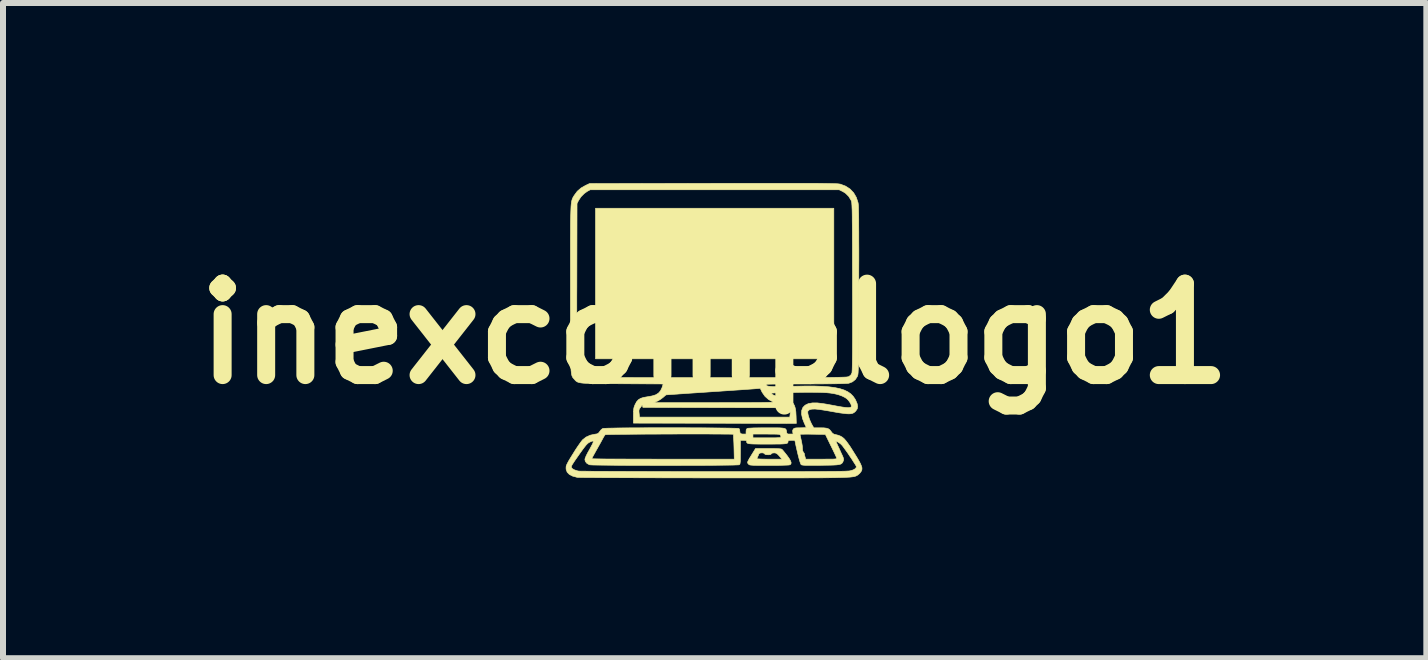
<source format=kicad_pcb>
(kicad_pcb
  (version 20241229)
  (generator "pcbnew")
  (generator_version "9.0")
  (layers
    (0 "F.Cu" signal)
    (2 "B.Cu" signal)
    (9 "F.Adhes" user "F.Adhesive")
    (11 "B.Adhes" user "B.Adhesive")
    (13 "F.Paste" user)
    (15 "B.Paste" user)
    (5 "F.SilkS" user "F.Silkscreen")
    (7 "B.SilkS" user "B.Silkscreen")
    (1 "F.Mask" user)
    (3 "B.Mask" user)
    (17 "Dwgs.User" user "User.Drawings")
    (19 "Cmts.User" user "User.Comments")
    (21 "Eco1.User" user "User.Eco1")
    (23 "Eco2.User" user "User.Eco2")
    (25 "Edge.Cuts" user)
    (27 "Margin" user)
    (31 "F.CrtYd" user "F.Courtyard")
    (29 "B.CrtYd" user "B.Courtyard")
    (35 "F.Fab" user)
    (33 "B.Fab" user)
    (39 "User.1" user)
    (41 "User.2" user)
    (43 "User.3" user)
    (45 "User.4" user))
  (footprint "inexcomplogo1"
    (layer "F.Cu")
    (at 8.861 2.512)
    (property "Reference" "inexcomplogo1" (at 0 0 0) (layer "F.SilkS") (effects (font (size 1.524 1.524) (thickness 0.3))))
    (attr through_hole)
    (fp_poly (pts (xy 1.986 0.418) (xy -1.986 0.418) (xy -1.986 -2.091) (xy 1.986 -2.091) (xy 1.986 0.418)) (stroke (width 0.01) (type solid)) (fill yes) (layer "F.SilkS"))
    (fp_poly (pts (xy 0.972 1.913) (xy 1.033 1.915) (xy 1.077 1.917) (xy 1.105 1.92) (xy 1.119 1.925) (xy 1.12 1.926) (xy 1.133 1.939) (xy 1.155 1.965) (xy 1.183 2) (xy 1.206 2.029) (xy 1.243 2.081) (xy 1.266 2.121) (xy 1.275 2.151) (xy 1.27 2.172) (xy 1.255 2.184) (xy 1.238 2.188) (xy 1.202 2.19) (xy 1.147 2.192) (xy 1.075 2.194) (xy 0.987 2.195) (xy 0.91 2.195) (xy 0.819 2.195) (xy 0.747 2.195) (xy 0.691 2.194) (xy 0.648 2.193) (xy 0.618 2.191) (xy 0.597 2.189) (xy 0.582 2.186) (xy 0.573 2.181) (xy 0.566 2.176) (xy 0.564 2.173) (xy 0.554 2.162) (xy 0.549 2.152) (xy 0.549 2.138) (xy 0.558 2.118) (xy 0.574 2.088) (xy 0.577 2.083) (xy 0.702 2.083) (xy 0.711 2.085) (xy 0.738 2.087) (xy 0.779 2.089) (xy 0.832 2.09) (xy 0.894 2.091) (xy 0.91 2.091) (xy 1.122 2.091) (xy 1.102 2.067) (xy 1.07 2.03) (xy 1.046 2.006) (xy 1.027 1.993) (xy 1.008 1.987) (xy 0.99 1.986) (xy 0.958 1.99) (xy 0.945 2.002) (xy 0.931 2.013) (xy 0.901 2.017) (xy 0.888 2.017) (xy 0.853 2.015) (xy 0.835 2.006) (xy 0.832 2.002) (xy 0.818 1.99) (xy 0.793 1.985) (xy 0.765 1.987) (xy 0.743 1.995) (xy 0.736 2.004) (xy 0.726 2.031) (xy 0.71 2.066) (xy 0.702 2.083) (xy 0.577 2.083) (xy 0.599 2.046) (xy 0.618 2.015) (xy 0.681 1.913) (xy 0.893 1.913) (xy 0.972 1.913)) (stroke (width 0.01) (type solid)) (fill yes) (layer "F.SilkS"))
    (fp_poly (pts (xy 1.168 -2.507) (xy 1.307 -2.507) (xy 1.431 -2.507) (xy 1.541 -2.506) (xy 1.639 -2.506) (xy 1.724 -2.506) (xy 1.797 -2.505) (xy 1.86 -2.504) (xy 1.914 -2.503) (xy 1.958 -2.502) (xy 1.995 -2.501) (xy 2.025 -2.5) (xy 2.049 -2.499) (xy 2.067 -2.497) (xy 2.081 -2.495) (xy 2.091 -2.494) (xy 2.095 -2.493) (xy 2.182 -2.46) (xy 2.256 -2.412) (xy 2.316 -2.349) (xy 2.361 -2.272) (xy 2.39 -2.183) (xy 2.393 -2.163) (xy 2.395 -2.144) (xy 2.397 -2.11) (xy 2.398 -2.06) (xy 2.4 -1.993) (xy 2.401 -1.91) (xy 2.401 -1.809) (xy 2.402 -1.691) (xy 2.402 -1.554) (xy 2.403 -1.399) (xy 2.403 -1.224) (xy 2.402 -1.03) (xy 2.402 -0.816) (xy 2.402 -0.716) (xy 2.401 -0.518) (xy 2.401 -0.34) (xy 2.401 -0.18) (xy 2.4 -0.038) (xy 2.4 0.087) (xy 2.399 0.197) (xy 2.399 0.293) (xy 2.398 0.375) (xy 2.397 0.445) (xy 2.396 0.503) (xy 2.395 0.552) (xy 2.394 0.592) (xy 2.392 0.623) (xy 2.391 0.648) (xy 2.389 0.667) (xy 2.387 0.682) (xy 2.385 0.693) (xy 2.382 0.701) (xy 2.38 0.708) (xy 2.345 0.763) (xy 2.296 0.802) (xy 2.237 0.825) (xy 2.213 0.828) (xy 2.168 0.83) (xy 2.102 0.832) (xy 2.015 0.834) (xy 1.908 0.835) (xy 1.78 0.836) (xy 1.631 0.836) (xy 1.52 0.836) (xy 1.405 0.836) (xy 1.296 0.837) (xy 1.194 0.837) (xy 1.103 0.838) (xy 1.024 0.839) (xy 0.958 0.84) (xy 0.907 0.841) (xy 0.873 0.842) (xy 0.858 0.844) (xy 0.857 0.844) (xy 0.859 0.854) (xy 0.865 0.863) (xy 0.878 0.87) (xy 0.898 0.875) (xy 0.927 0.878) (xy 0.968 0.881) (xy 1.022 0.881) (xy 1.091 0.881) (xy 1.176 0.879) (xy 1.279 0.877) (xy 1.343 0.875) (xy 1.511 0.872) (xy 1.66 0.872) (xy 1.791 0.877) (xy 1.905 0.885) (xy 2.003 0.898) (xy 2.088 0.916) (xy 2.159 0.939) (xy 2.219 0.968) (xy 2.268 1.002) (xy 2.308 1.043) (xy 2.34 1.089) (xy 2.351 1.11) (xy 2.375 1.167) (xy 2.383 1.213) (xy 2.376 1.252) (xy 2.353 1.286) (xy 2.349 1.291) (xy 2.332 1.307) (xy 2.315 1.319) (xy 2.295 1.328) (xy 2.271 1.333) (xy 2.241 1.335) (xy 2.202 1.334) (xy 2.152 1.328) (xy 2.089 1.32) (xy 2.012 1.307) (xy 1.917 1.29) (xy 1.834 1.276) (xy 1.744 1.262) (xy 1.672 1.255) (xy 1.618 1.257) (xy 1.58 1.267) (xy 1.558 1.285) (xy 1.552 1.296) (xy 1.552 1.321) (xy 1.559 1.358) (xy 1.573 1.404) (xy 1.591 1.452) (xy 1.612 1.498) (xy 1.62 1.513) (xy 1.652 1.568) (xy 1.759 1.568) (xy 1.819 1.569) (xy 1.862 1.574) (xy 1.894 1.584) (xy 1.917 1.6) (xy 1.938 1.625) (xy 1.943 1.633) (xy 1.964 1.659) (xy 1.988 1.674) (xy 2.019 1.682) (xy 2.059 1.692) (xy 2.093 1.705) (xy 2.124 1.722) (xy 2.154 1.746) (xy 2.184 1.779) (xy 2.218 1.824) (xy 2.258 1.881) (xy 2.305 1.955) (xy 2.321 1.981) (xy 2.368 2.056) (xy 2.403 2.116) (xy 2.429 2.164) (xy 2.445 2.202) (xy 2.454 2.231) (xy 2.455 2.256) (xy 2.45 2.278) (xy 2.439 2.299) (xy 2.416 2.328) (xy 2.387 2.353) (xy 2.387 2.353) (xy 2.378 2.359) (xy 2.369 2.364) (xy 2.36 2.369) (xy 2.35 2.373) (xy 2.338 2.377) (xy 2.323 2.381) (xy 2.304 2.384) (xy 2.281 2.387) (xy 2.253 2.39) (xy 2.218 2.392) (xy 2.176 2.394) (xy 2.126 2.396) (xy 2.068 2.397) (xy 2 2.399) (xy 1.922 2.4) (xy 1.832 2.401) (xy 1.731 2.402) (xy 1.616 2.402) (xy 1.488 2.403) (xy 1.345 2.403) (xy 1.187 2.403) (xy 1.013 2.403) (xy 0.821 2.403) (xy 0.612 2.403) (xy 0.384 2.403) (xy 0.136 2.403) (xy -0.021 2.403) (xy -0.236 2.403) (xy -0.446 2.402) (xy -0.649 2.402) (xy -0.846 2.402) (xy -1.034 2.401) (xy -1.213 2.401) (xy -1.382 2.4) (xy -1.539 2.4) (xy -1.685 2.399) (xy -1.817 2.399) (xy -1.935 2.398) (xy -2.039 2.397) (xy -2.126 2.397) (xy -2.196 2.396) (xy -2.248 2.395) (xy -2.281 2.394) (xy -2.294 2.393) (xy -2.368 2.373) (xy -2.422 2.345) (xy -2.458 2.308) (xy -2.475 2.263) (xy -2.477 2.239) (xy -2.476 2.223) (xy -2.389 2.223) (xy -2.387 2.231) (xy -2.387 2.231) (xy -2.37 2.251) (xy -2.337 2.269) (xy -2.293 2.284) (xy -2.269 2.289) (xy -2.254 2.29) (xy -2.219 2.291) (xy -2.166 2.291) (xy -2.094 2.292) (xy -2.005 2.293) (xy -1.9 2.293) (xy -1.781 2.294) (xy -1.647 2.295) (xy -1.501 2.295) (xy -1.342 2.296) (xy -1.173 2.296) (xy -0.993 2.297) (xy -0.805 2.297) (xy -0.608 2.298) (xy -0.405 2.298) (xy -0.195 2.298) (xy -0.016 2.298) (xy 0.246 2.298) (xy 0.488 2.298) (xy 0.71 2.298) (xy 0.914 2.298) (xy 1.1 2.298) (xy 1.269 2.298) (xy 1.421 2.298) (xy 1.558 2.297) (xy 1.68 2.297) (xy 1.788 2.296) (xy 1.882 2.295) (xy 1.964 2.295) (xy 2.034 2.294) (xy 2.093 2.293) (xy 2.142 2.292) (xy 2.181 2.291) (xy 2.212 2.289) (xy 2.234 2.288) (xy 2.249 2.286) (xy 2.255 2.286) (xy 2.308 2.27) (xy 2.343 2.25) (xy 2.361 2.226) (xy 2.362 2.216) (xy 2.357 2.203) (xy 2.341 2.176) (xy 2.317 2.139) (xy 2.288 2.093) (xy 2.254 2.043) (xy 2.22 1.992) (xy 2.185 1.943) (xy 2.153 1.899) (xy 2.126 1.863) (xy 2.099 1.836) (xy 2.066 1.812) (xy 2.059 1.808) (xy 2.017 1.787) (xy 2.042 1.842) (xy 2.058 1.877) (xy 2.079 1.922) (xy 2.101 1.972) (xy 2.111 1.994) (xy 2.132 2.038) (xy 2.144 2.069) (xy 2.149 2.09) (xy 2.148 2.106) (xy 2.143 2.121) (xy 2.135 2.14) (xy 2.126 2.154) (xy 2.113 2.166) (xy 2.095 2.175) (xy 2.069 2.181) (xy 2.033 2.186) (xy 1.984 2.189) (xy 1.921 2.191) (xy 1.841 2.192) (xy 1.765 2.193) (xy 1.675 2.194) (xy 1.603 2.194) (xy 1.548 2.194) (xy 1.506 2.193) (xy 1.477 2.191) (xy 1.458 2.188) (xy 1.446 2.185) (xy 1.44 2.181) (xy 1.432 2.164) (xy 1.42 2.13) (xy 1.406 2.081) (xy 1.39 2.019) (xy 1.373 1.947) (xy 1.355 1.868) (xy 1.348 1.832) (xy 1.336 1.777) (xy 1.28 1.777) (xy 1.246 1.778) (xy 1.229 1.782) (xy 1.223 1.791) (xy 1.223 1.796) (xy 1.222 1.808) (xy 1.218 1.817) (xy 1.21 1.825) (xy 1.194 1.83) (xy 1.169 1.834) (xy 1.132 1.837) (xy 1.083 1.839) (xy 1.017 1.839) (xy 0.934 1.84) (xy 0.878 1.84) (xy 0.784 1.84) (xy 0.709 1.839) (xy 0.65 1.838) (xy 0.607 1.836) (xy 0.575 1.833) (xy 0.554 1.828) (xy 0.542 1.822) (xy 0.535 1.814) (xy 0.533 1.803) (xy 0.533 1.796) (xy 0.53 1.784) (xy 0.516 1.779) (xy 0.487 1.777) (xy 0.481 1.777) (xy 0.429 1.777) (xy 0.429 1.975) (xy 0.428 2.044) (xy 0.428 2.096) (xy 0.427 2.132) (xy 0.424 2.156) (xy 0.421 2.171) (xy 0.416 2.179) (xy 0.408 2.184) (xy 0.408 2.184) (xy 0.395 2.186) (xy 0.362 2.187) (xy 0.312 2.189) (xy 0.245 2.19) (xy 0.164 2.191) (xy 0.07 2.192) (xy -0.036 2.193) (xy -0.151 2.194) (xy -0.275 2.195) (xy -0.405 2.195) (xy -0.54 2.195) (xy -0.678 2.196) (xy -0.819 2.196) (xy -0.959 2.196) (xy -1.098 2.195) (xy -1.235 2.195) (xy -1.366 2.195) (xy -1.492 2.194) (xy -1.61 2.193) (xy -1.718 2.192) (xy -1.816 2.191) (xy -1.901 2.19) (xy -1.972 2.189) (xy -2.028 2.188) (xy -2.066 2.186) (xy -2.086 2.184) (xy -2.087 2.184) (xy -2.129 2.161) (xy -2.155 2.129) (xy -2.163 2.097) (xy -2.16 2.083) (xy -2.049 2.083) (xy -2.038 2.084) (xy -2.009 2.085) (xy -1.961 2.086) (xy -1.895 2.087) (xy -1.815 2.088) (xy -1.72 2.088) (xy -1.612 2.089) (xy -1.492 2.089) (xy -1.362 2.09) (xy -1.222 2.09) (xy -1.075 2.09) (xy -0.922 2.091) (xy -0.861 2.091) (xy 0.327 2.091) (xy 0.322 1.886) (xy 0.32 1.823) (xy 0.317 1.767) (xy 0.315 1.722) (xy 0.313 1.691) (xy 0.311 1.677) (xy 0.311 1.676) (xy 0.299 1.675) (xy 0.269 1.674) (xy 0.22 1.673) (xy 0.156 1.673) (xy 0.078 1.672) (xy -0.012 1.672) (xy -0.113 1.671) (xy -0.223 1.671) (xy -0.341 1.671) (xy -0.464 1.671) (xy -0.591 1.671) (xy -0.72 1.672) (xy -0.85 1.672) (xy -0.978 1.673) (xy -1.103 1.673) (xy -1.224 1.674) (xy -1.339 1.675) (xy -1.445 1.676) (xy -1.542 1.677) (xy -1.627 1.678) (xy -1.699 1.679) (xy -1.757 1.68) (xy -1.798 1.681) (xy -1.82 1.682) (xy -1.824 1.683) (xy -1.836 1.698) (xy -1.852 1.724) (xy -1.865 1.748) (xy -1.881 1.778) (xy -1.904 1.82) (xy -1.932 1.87) (xy -1.962 1.924) (xy -1.971 1.939) (xy -1.998 1.988) (xy -2.021 2.029) (xy -2.038 2.061) (xy -2.048 2.08) (xy -2.049 2.083) (xy -2.16 2.083) (xy -2.157 2.072) (xy -2.141 2.033) (xy -2.114 1.98) (xy -2.085 1.929) (xy -2.054 1.871) (xy -2.033 1.831) (xy -2.023 1.804) (xy -2.024 1.791) (xy -2.037 1.789) (xy -2.06 1.797) (xy -2.084 1.808) (xy -2.102 1.818) (xy -2.12 1.833) (xy -2.141 1.854) (xy -2.166 1.885) (xy -2.198 1.927) (xy -2.239 1.984) (xy -2.249 1.998) (xy -2.295 2.064) (xy -2.33 2.114) (xy -2.355 2.152) (xy -2.373 2.18) (xy -2.383 2.199) (xy -2.389 2.213) (xy -2.389 2.223) (xy -2.476 2.223) (xy -2.476 2.221) (xy -2.473 2.202) (xy -2.465 2.181) (xy -2.451 2.153) (xy -2.431 2.116) (xy -2.402 2.068) (xy -2.363 2.005) (xy -2.361 2.002) (xy -2.324 1.942) (xy -2.287 1.886) (xy -2.253 1.837) (xy -2.225 1.798) (xy -2.205 1.773) (xy -2.203 1.77) (xy -2.144 1.723) (xy -2.073 1.691) (xy -1.999 1.675) (xy -1.965 1.67) (xy -1.943 1.661) (xy -1.926 1.644) (xy -1.917 1.631) (xy -1.895 1.603) (xy -1.871 1.583) (xy -1.865 1.58) (xy -1.85 1.578) (xy -1.816 1.576) (xy -1.765 1.574) (xy -1.698 1.573) (xy -1.618 1.571) (xy -1.524 1.57) (xy -1.42 1.569) (xy -1.307 1.569) (xy -1.186 1.568) (xy -1.06 1.567) (xy -0.929 1.567) (xy -0.796 1.567) (xy -0.662 1.567) (xy -0.529 1.567) (xy -0.398 1.568) (xy -0.272 1.568) (xy -0.151 1.569) (xy -0.038 1.57) (xy 0.066 1.571) (xy 0.159 1.572) (xy 0.24 1.573) (xy 0.306 1.575) (xy 0.357 1.576) (xy 0.391 1.578) (xy 0.405 1.58) (xy 0.406 1.58) (xy 0.416 1.601) (xy 0.418 1.616) (xy 0.422 1.649) (xy 0.435 1.666) (xy 0.463 1.672) (xy 0.477 1.672) (xy 0.523 1.672) (xy 0.638 1.672) (xy 0.638 1.735) (xy 0.874 1.735) (xy 0.95 1.735) (xy 1.008 1.735) (xy 1.05 1.733) (xy 1.078 1.732) (xy 1.095 1.729) (xy 1.103 1.725) (xy 1.104 1.72) (xy 1.104 1.719) (xy 1.098 1.695) (xy 1.098 1.687) (xy 1.095 1.682) (xy 1.084 1.679) (xy 1.072 1.677) (xy 1.422 1.677) (xy 1.424 1.689) (xy 1.43 1.716) (xy 1.438 1.754) (xy 1.442 1.772) (xy 1.452 1.82) (xy 1.46 1.867) (xy 1.463 1.905) (xy 1.463 1.912) (xy 1.467 1.951) (xy 1.478 1.974) (xy 1.479 1.976) (xy 1.492 1.992) (xy 1.495 2) (xy 1.497 2.018) (xy 1.504 2.045) (xy 1.506 2.051) (xy 1.517 2.091) (xy 1.778 2.091) (xy 1.859 2.09) (xy 1.921 2.09) (xy 1.966 2.09) (xy 1.998 2.088) (xy 2.019 2.086) (xy 2.03 2.083) (xy 2.034 2.079) (xy 2.034 2.073) (xy 2.033 2.069) (xy 2.026 2.053) (xy 2.012 2.022) (xy 1.991 1.978) (xy 1.966 1.926) (xy 1.938 1.868) (xy 1.935 1.863) (xy 1.845 1.678) (xy 1.633 1.675) (xy 1.569 1.674) (xy 1.513 1.674) (xy 1.468 1.675) (xy 1.436 1.675) (xy 1.422 1.677) (xy 1.422 1.677) (xy 1.072 1.677) (xy 1.063 1.676) (xy 1.03 1.674) (xy 0.983 1.673) (xy 0.918 1.673) (xy 0.868 1.672) (xy 0.638 1.672) (xy 0.523 1.672) (xy 0.523 1.631) (xy 0.526 1.599) (xy 0.539 1.581) (xy 0.543 1.579) (xy 0.56 1.575) (xy 0.596 1.573) (xy 0.651 1.57) (xy 0.722 1.569) (xy 0.808 1.568) (xy 0.866 1.568) (xy 0.956 1.568) (xy 1.028 1.568) (xy 1.083 1.569) (xy 1.124 1.572) (xy 1.154 1.576) (xy 1.173 1.582) (xy 1.185 1.59) (xy 1.192 1.602) (xy 1.196 1.617) (xy 1.199 1.635) (xy 1.203 1.657) (xy 1.212 1.668) (xy 1.23 1.672) (xy 1.257 1.672) (xy 1.308 1.672) (xy 1.301 1.64) (xy 1.3 1.609) (xy 1.312 1.588) (xy 1.324 1.578) (xy 1.341 1.572) (xy 1.368 1.569) (xy 1.409 1.568) (xy 1.428 1.568) (xy 1.471 1.567) (xy 1.504 1.566) (xy 1.523 1.565) (xy 1.526 1.564) (xy 1.522 1.553) (xy 1.511 1.528) (xy 1.496 1.495) (xy 1.495 1.494) (xy 1.463 1.411) (xy 1.448 1.339) (xy 1.451 1.278) (xy 1.471 1.228) (xy 1.508 1.191) (xy 1.561 1.165) (xy 1.631 1.153) (xy 1.709 1.153) (xy 1.75 1.158) (xy 1.806 1.165) (xy 1.869 1.175) (xy 1.933 1.187) (xy 1.951 1.19) (xy 2.045 1.208) (xy 2.12 1.221) (xy 2.179 1.229) (xy 2.222 1.232) (xy 2.252 1.23) (xy 2.27 1.224) (xy 2.278 1.213) (xy 2.279 1.207) (xy 2.272 1.178) (xy 2.253 1.143) (xy 2.228 1.109) (xy 2.201 1.082) (xy 2.201 1.082) (xy 2.169 1.061) (xy 2.129 1.041) (xy 2.112 1.034) (xy 2.07 1.019) (xy 2.026 1.007) (xy 1.979 0.997) (xy 1.926 0.989) (xy 1.865 0.983) (xy 1.794 0.979) (xy 1.712 0.977) (xy 1.615 0.976) (xy 1.502 0.976) (xy 1.371 0.978) (xy 1.339 0.979) (xy 1.235 0.98) (xy 1.151 0.982) (xy 1.084 0.984) (xy 1.032 0.985) (xy 0.994 0.987) (xy 0.968 0.989) (xy 0.952 0.991) (xy 0.945 0.994) (xy 0.943 0.998) (xy 0.947 1.002) (xy 0.95 1.005) (xy 0.981 1.023) (xy 1.024 1.039) (xy 1.071 1.05) (xy 1.114 1.056) (xy 1.118 1.056) (xy 1.187 1.065) (xy 1.246 1.092) (xy 1.294 1.137) (xy 1.328 1.194) (xy 1.339 1.225) (xy 1.347 1.258) (xy 1.353 1.3) (xy 1.356 1.356) (xy 1.357 1.372) (xy 1.361 1.495) (xy 0.004 1.492) (xy -1.354 1.49) (xy -1.354 1.364) (xy -1.353 1.309) (xy -1.353 1.296) (xy -1.262 1.296) (xy -1.259 1.327) (xy -1.252 1.39) (xy 1.252 1.39) (xy 1.259 1.327) (xy 1.262 1.291) (xy 1.261 1.268) (xy 1.253 1.253) (xy 1.239 1.238) (xy 1.221 1.218) (xy 1.212 1.201) (xy 1.212 1.2) (xy 1.208 1.198) (xy 1.202 1.21) (xy 1.192 1.234) (xy -0.002 1.231) (xy -1.196 1.228) (xy -1.203 1.202) (xy -1.209 1.187) (xy -1.211 1.188) (xy -1.218 1.204) (xy -1.234 1.226) (xy -1.239 1.232) (xy -1.254 1.252) (xy -1.261 1.271) (xy -1.262 1.296) (xy -1.353 1.296) (xy -1.351 1.269) (xy -1.347 1.239) (xy -1.34 1.214) (xy -1.329 1.187) (xy -1.326 1.18) (xy -1.309 1.149) (xy -1.019 1.149) (xy -0.005 1.149) (xy 0.164 1.148) (xy 0.313 1.148) (xy 0.444 1.148) (xy 0.557 1.148) (xy 0.654 1.147) (xy 0.736 1.147) (xy 0.803 1.146) (xy 0.857 1.145) (xy 0.9 1.144) (xy 0.931 1.143) (xy 0.953 1.142) (xy 0.967 1.14) (xy 0.973 1.138) (xy 0.973 1.136) (xy 0.968 1.133) (xy 0.899 1.097) (xy 0.839 1.044) (xy 0.792 0.977) (xy 0.783 0.959) (xy 0.76 0.91) (xy 0.701 0.915) (xy 0.68 0.917) (xy 0.639 0.92) (xy 0.583 0.924) (xy 0.512 0.929) (xy 0.429 0.935) (xy 0.336 0.941) (xy 0.235 0.948) (xy 0.129 0.955) (xy 0.089 0.958) (xy -0.024 0.965) (xy -0.135 0.973) (xy -0.243 0.98) (xy -0.345 0.987) (xy -0.438 0.993) (xy -0.518 0.999) (xy -0.584 1.003) (xy -0.632 1.007) (xy -0.638 1.007) (xy -0.811 1.019) (xy -0.862 1.063) (xy -0.899 1.091) (xy -0.941 1.117) (xy -0.965 1.128) (xy -1.019 1.149) (xy -1.309 1.149) (xy -1.301 1.134) (xy -1.272 1.101) (xy -1.235 1.078) (xy -1.186 1.062) (xy -1.122 1.051) (xy -1.043 1.037) (xy -0.982 1.018) (xy -0.937 0.99) (xy -0.903 0.952) (xy -0.879 0.903) (xy -0.872 0.883) (xy -0.858 0.837) (xy -1.54 0.834) (xy -1.681 0.833) (xy -1.804 0.833) (xy -1.908 0.832) (xy -1.996 0.831) (xy -2.07 0.829) (xy -2.13 0.827) (xy -2.179 0.825) (xy -2.218 0.821) (xy -2.248 0.816) (xy -2.272 0.81) (xy -2.29 0.803) (xy -2.304 0.794) (xy -2.317 0.784) (xy -2.328 0.772) (xy -2.34 0.757) (xy -2.341 0.757) (xy -2.35 0.747) (xy -2.358 0.738) (xy -2.365 0.729) (xy -2.371 0.718) (xy -2.377 0.705) (xy -2.382 0.689) (xy -2.386 0.668) (xy -2.39 0.641) (xy -2.393 0.608) (xy -2.396 0.567) (xy -2.398 0.517) (xy -2.4 0.458) (xy -2.401 0.387) (xy -2.402 0.304) (xy -2.403 0.209) (xy -2.404 0.099) (xy -2.404 -0.027) (xy -2.404 -0.152) (xy -2.298 -0.152) (xy -2.298 -0.012) (xy -2.298 0.117) (xy -2.298 0.234) (xy -2.297 0.338) (xy -2.297 0.428) (xy -2.297 0.503) (xy -2.296 0.561) (xy -2.295 0.601) (xy -2.295 0.621) (xy -2.294 0.624) (xy -2.284 0.655) (xy -2.271 0.679) (xy -2.266 0.685) (xy -2.262 0.69) (xy -2.258 0.695) (xy -2.252 0.7) (xy -2.244 0.704) (xy -2.234 0.708) (xy -2.22 0.711) (xy -2.201 0.714) (xy -2.176 0.717) (xy -2.146 0.719) (xy -2.108 0.721) (xy -2.063 0.723) (xy -2.009 0.725) (xy -1.945 0.726) (xy -1.871 0.727) (xy -1.786 0.728) (xy -1.688 0.729) (xy -1.578 0.73) (xy -1.454 0.73) (xy -1.315 0.731) (xy -1.161 0.731) (xy -0.99 0.731) (xy -0.803 0.731) (xy -0.597 0.731) (xy -0.373 0.731) (xy -0.129 0.731) (xy 0.016 0.731) (xy 0.268 0.731) (xy 0.5 0.731) (xy 0.712 0.731) (xy 0.907 0.731) (xy 1.084 0.731) (xy 1.244 0.731) (xy 1.388 0.731) (xy 1.518 0.731) (xy 1.633 0.73) (xy 1.735 0.73) (xy 1.824 0.729) (xy 1.902 0.729) (xy 1.969 0.728) (xy 2.027 0.727) (xy 2.075 0.726) (xy 2.115 0.725) (xy 2.147 0.724) (xy 2.173 0.723) (xy 2.193 0.722) (xy 2.209 0.72) (xy 2.22 0.718) (xy 2.228 0.717) (xy 2.234 0.715) (xy 2.237 0.713) (xy 2.268 0.69) (xy 2.287 0.655) (xy 2.289 0.645) (xy 2.29 0.627) (xy 2.292 0.6) (xy 2.293 0.564) (xy 2.294 0.517) (xy 2.295 0.459) (xy 2.296 0.388) (xy 2.297 0.303) (xy 2.297 0.205) (xy 2.298 0.091) (xy 2.298 -0.039) (xy 2.298 -0.186) (xy 2.298 -0.35) (xy 2.298 -0.534) (xy 2.297 -0.738) (xy 2.297 -0.783) (xy 2.297 -0.982) (xy 2.296 -1.162) (xy 2.296 -1.322) (xy 2.296 -1.465) (xy 2.295 -1.592) (xy 2.295 -1.703) (xy 2.294 -1.799) (xy 2.293 -1.882) (xy 2.293 -1.953) (xy 2.292 -2.013) (xy 2.291 -2.062) (xy 2.289 -2.102) (xy 2.288 -2.135) (xy 2.286 -2.16) (xy 2.285 -2.179) (xy 2.283 -2.194) (xy 2.281 -2.205) (xy 2.278 -2.213) (xy 2.275 -2.22) (xy 2.275 -2.221) (xy 2.233 -2.29) (xy 2.18 -2.342) (xy 2.135 -2.37) (xy 2.075 -2.399) (xy -2.075 -2.399) (xy -2.12 -2.375) (xy -2.176 -2.335) (xy -2.228 -2.282) (xy -2.267 -2.223) (xy -2.27 -2.218) (xy -2.294 -2.169) (xy -2.297 -0.789) (xy -2.298 -0.62) (xy -2.298 -0.457) (xy -2.298 -0.301) (xy -2.298 -0.152) (xy -2.404 -0.152) (xy -2.404 -0.168) (xy -2.404 -0.327) (xy -2.404 -0.504) (xy -2.404 -0.701) (xy -2.404 -0.758) (xy -2.404 -0.96) (xy -2.404 -1.142) (xy -2.404 -1.306) (xy -2.404 -1.452) (xy -2.404 -1.581) (xy -2.403 -1.695) (xy -2.403 -1.795) (xy -2.402 -1.882) (xy -2.4 -1.956) (xy -2.398 -2.02) (xy -2.396 -2.073) (xy -2.394 -2.118) (xy -2.391 -2.155) (xy -2.387 -2.185) (xy -2.383 -2.21) (xy -2.378 -2.23) (xy -2.372 -2.247) (xy -2.366 -2.262) (xy -2.359 -2.275) (xy -2.351 -2.289) (xy -2.342 -2.303) (xy -2.338 -2.309) (xy -2.29 -2.374) (xy -2.228 -2.428) (xy -2.153 -2.471) (xy -2.085 -2.503) (xy -0.027 -2.506) (xy 0.219 -2.506) (xy 0.446 -2.507) (xy 0.653 -2.507) (xy 0.842 -2.507) (xy 1.013 -2.507) (xy 1.168 -2.507)) (stroke (width 0.01) (type solid)) (fill yes) (layer "F.SilkS")))
  (gr_rect
    (start -3 -3)
    (end 20.722 7.92)
    (stroke (width 0.1) (type default))
    (fill no)
    (layer "Edge.Cuts")))
</source>
